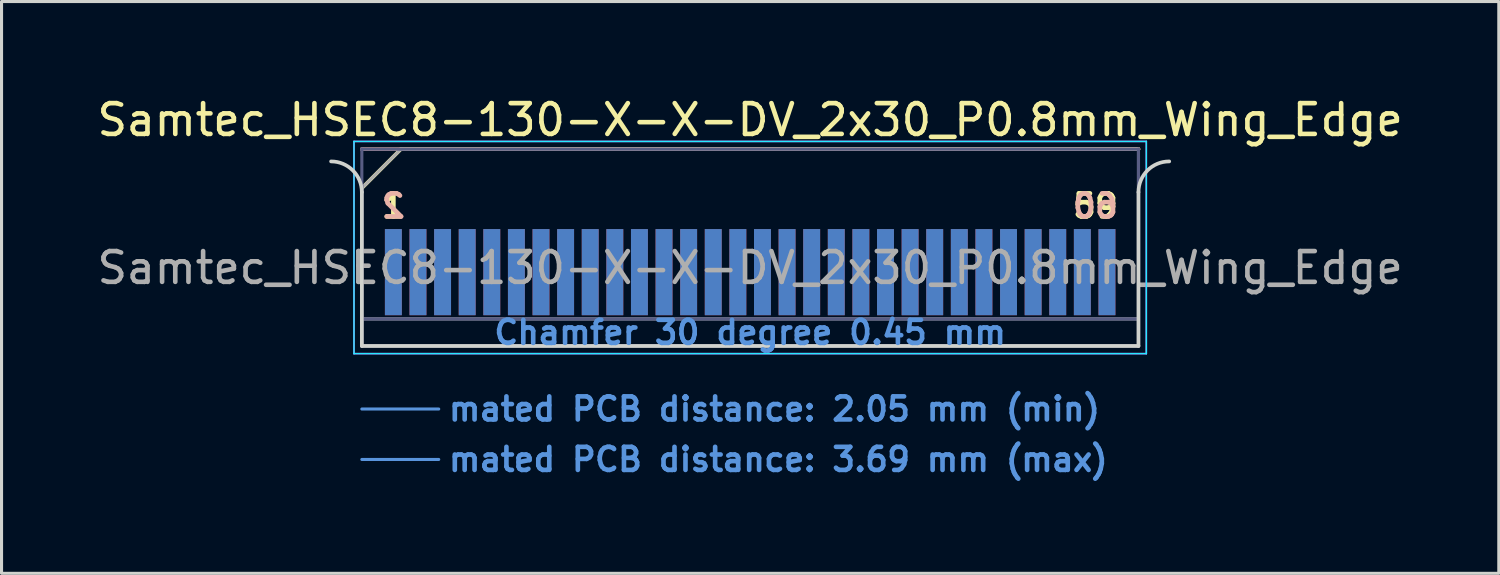
<source format=kicad_pcb>
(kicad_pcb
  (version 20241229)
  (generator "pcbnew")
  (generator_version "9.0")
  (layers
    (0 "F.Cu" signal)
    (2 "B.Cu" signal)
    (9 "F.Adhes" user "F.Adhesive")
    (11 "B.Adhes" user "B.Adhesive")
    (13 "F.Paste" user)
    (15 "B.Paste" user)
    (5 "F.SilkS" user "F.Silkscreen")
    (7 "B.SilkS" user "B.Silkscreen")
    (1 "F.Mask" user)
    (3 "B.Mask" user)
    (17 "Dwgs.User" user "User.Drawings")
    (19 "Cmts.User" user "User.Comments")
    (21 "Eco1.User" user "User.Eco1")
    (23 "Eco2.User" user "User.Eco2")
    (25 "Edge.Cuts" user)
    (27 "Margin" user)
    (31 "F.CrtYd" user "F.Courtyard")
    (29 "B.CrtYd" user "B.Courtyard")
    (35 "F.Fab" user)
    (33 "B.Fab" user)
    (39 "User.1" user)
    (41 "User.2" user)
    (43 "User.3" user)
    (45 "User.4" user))
  (footprint "Samtec_HSEC8-130-X-X-DV_2x30_P0.8mm_Wing_Edge"
    (layer "F.Cu")
    (at 21.339 8.198)
    (property "Reference" "Samtec_HSEC8-130-X-X-DV_2x30_P0.8mm_Wing_Edge" (at 0 -7.35 0) (layer "F.SilkS") (effects (font (size 1 1) (thickness 0.15))))
    (attr exclude_from_pos_files exclude_from_bom)
    (fp_line (start -12.625 -5.13) (end -11.355 -6.4) (stroke (width 0.12) (type solid)) (layer "F.SilkS"))
    (fp_line (start -11.355 -6.4) (end 12.625 -6.4) (stroke (width 0.12) (type solid)) (layer "F.SilkS"))
    (fp_line (start -12.625 -6.4) (end -12.625 -6.4) (stroke (width 0.12) (type solid)) (layer "B.SilkS"))
    (fp_line (start -12.625 -6.4) (end 12.625 -6.4) (stroke (width 0.12) (type solid)) (layer "B.SilkS"))
    (fp_line (start -12.625 2.05) (end -10.125 2.05) (stroke (width 0.1) (type solid)) (layer "Cmts.User"))
    (fp_line (start -12.625 3.69) (end -10.125 3.69) (stroke (width 0.1) (type solid)) (layer "Cmts.User"))
    (fp_line (start -12.625 -5) (end -12.625 0) (stroke (width 0.12) (type solid)) (layer "Edge.Cuts"))
    (fp_line (start -12.625 0) (end 12.625 0) (stroke (width 0.12) (type solid)) (layer "Edge.Cuts"))
    (fp_line (start 12.625 0) (end 12.625 -5) (stroke (width 0.12) (type solid)) (layer "Edge.Cuts"))
    (fp_arc (start -13.625 -6) (mid -12.917893 -5.707107) (end -12.625 -5) (stroke (width 0.12) (type solid)) (layer "Edge.Cuts"))
    (fp_arc (start 12.625 -5) (mid 12.917893 -5.707107) (end 13.625 -6) (stroke (width 0.12) (type solid)) (layer "Edge.Cuts"))
    (fp_line (start -12.88 -6.65) (end -12.88 0.25) (stroke (width 0.05) (type solid)) (layer "B.CrtYd"))
    (fp_line (start -12.88 0.25) (end 12.88 0.25) (stroke (width 0.05) (type solid)) (layer "B.CrtYd"))
    (fp_line (start 12.88 -6.65) (end -12.88 -6.65) (stroke (width 0.05) (type solid)) (layer "B.CrtYd"))
    (fp_line (start 12.88 0.25) (end 12.88 -6.65) (stroke (width 0.05) (type solid)) (layer "B.CrtYd"))
    (fp_line (start -12.88 -6.65) (end -12.88 0.25) (stroke (width 0.05) (type solid)) (layer "F.CrtYd"))
    (fp_line (start -12.88 0.25) (end 12.88 0.25) (stroke (width 0.05) (type solid)) (layer "F.CrtYd"))
    (fp_line (start 12.88 -6.65) (end -12.88 -6.65) (stroke (width 0.05) (type solid)) (layer "F.CrtYd"))
    (fp_line (start 12.88 0.25) (end 12.88 -6.65) (stroke (width 0.05) (type solid)) (layer "F.CrtYd"))
    (fp_line (start -12.625 -6.4) (end -12.625 -6.4) (stroke (width 0.1) (type solid)) (layer "B.Fab"))
    (fp_line (start -12.625 -6.4) (end -12.625 0) (stroke (width 0.1) (type solid)) (layer "B.Fab"))
    (fp_line (start -12.625 -6.4) (end 12.625 -6.4) (stroke (width 0.1) (type solid)) (layer "B.Fab"))
    (fp_line (start -12.625 -0.88) (end 12.625 -0.88) (stroke (width 0.1) (type solid)) (layer "B.Fab"))
    (fp_line (start -12.625 0) (end 12.625 0) (stroke (width 0.1) (type solid)) (layer "B.Fab"))
    (fp_line (start 12.625 -6.4) (end 12.625 0) (stroke (width 0.1) (type solid)) (layer "B.Fab"))
    (fp_line (start -12.625 -5.13) (end -12.625 0) (stroke (width 0.1) (type solid)) (layer "F.Fab"))
    (fp_line (start -12.625 -5.13) (end -11.355 -6.4) (stroke (width 0.1) (type solid)) (layer "F.Fab"))
    (fp_line (start -12.625 -0.88) (end 12.625 -0.88) (stroke (width 0.1) (type solid)) (layer "F.Fab"))
    (fp_line (start -12.625 0) (end 12.625 0) (stroke (width 0.1) (type solid)) (layer "F.Fab"))
    (fp_line (start -11.355 -6.4) (end 12.625 -6.4) (stroke (width 0.1) (type solid)) (layer "F.Fab"))
    (fp_line (start 12.625 -6.4) (end 12.625 0) (stroke (width 0.1) (type solid)) (layer "F.Fab"))
    (fp_text user "1" (at -11.6 -4.55 0) (layer "F.SilkS") (effects (font (size 0.75 0.75) (thickness 0.15))))
    (fp_text user "59" (at 11.225 -4.55 0) (layer "F.SilkS") (effects (font (size 0.75 0.75) (thickness 0.15))))
    (fp_text user "2" (at -11.6 -4.55 0) (layer "B.SilkS") (effects (font (size 0.75 0.75) (thickness 0.15)) (justify mirror)))
    (fp_text user "60" (at 11.225 -4.55 0) (layer "B.SilkS") (effects (font (size 0.75 0.75) (thickness 0.15)) (justify mirror)))
    (fp_text user "mated PCB distance: 2.05 mm (min)" (at -9.88 2.05 0) (layer "Cmts.User") (effects (font (size 0.75 0.75) (thickness 0.15)) (justify left)))
    (fp_text user "mated PCB distance: 3.69 mm (max)" (at -9.88 3.69 0) (layer "Cmts.User") (effects (font (size 0.75 0.75) (thickness 0.15)) (justify left)))
    (fp_text user "Chamfer 30 degree 0.45 mm" (at 0 -0.44 0) (layer "Cmts.User") (effects (font (size 0.75 0.75) (thickness 0.15))))
    (fp_text user "${REFERENCE}" (at 0 -2.54 0) (layer "F.Fab") (effects (font (size 1 1) (thickness 0.15))))
    (pad "1" connect rect (at -11.6 -2.4) (size 0.55 2.8) (layers "F.Cu" "F.Mask"))
    (pad "2" connect rect (at -11.6 -2.4) (size 0.55 2.8) (layers "B.Cu" "B.Mask"))
    (pad "3" connect rect (at -10.8 -2.4) (size 0.55 2.8) (layers "F.Cu" "F.Mask"))
    (pad "4" connect rect (at -10.8 -2.4) (size 0.55 2.8) (layers "B.Cu" "B.Mask"))
    (pad "5" connect rect (at -10 -2.4) (size 0.55 2.8) (layers "F.Cu" "F.Mask"))
    (pad "6" connect rect (at -10 -2.4) (size 0.55 2.8) (layers "B.Cu" "B.Mask"))
    (pad "7" connect rect (at -9.2 -2.4) (size 0.55 2.8) (layers "F.Cu" "F.Mask"))
    (pad "8" connect rect (at -9.2 -2.4) (size 0.55 2.8) (layers "B.Cu" "B.Mask"))
    (pad "9" connect rect (at -8.4 -2.4) (size 0.55 2.8) (layers "F.Cu" "F.Mask"))
    (pad "10" connect rect (at -8.4 -2.4) (size 0.55 2.8) (layers "B.Cu" "B.Mask"))
    (pad "11" connect rect (at -7.6 -2.4) (size 0.55 2.8) (layers "F.Cu" "F.Mask"))
    (pad "12" connect rect (at -7.6 -2.4) (size 0.55 2.8) (layers "B.Cu" "B.Mask"))
    (pad "13" connect rect (at -6.8 -2.4) (size 0.55 2.8) (layers "F.Cu" "F.Mask"))
    (pad "14" connect rect (at -6.8 -2.4) (size 0.55 2.8) (layers "B.Cu" "B.Mask"))
    (pad "15" connect rect (at -6 -2.4) (size 0.55 2.8) (layers "F.Cu" "F.Mask"))
    (pad "16" connect rect (at -6 -2.4) (size 0.55 2.8) (layers "B.Cu" "B.Mask"))
    (pad "17" connect rect (at -5.2 -2.4) (size 0.55 2.8) (layers "F.Cu" "F.Mask"))
    (pad "18" connect rect (at -5.2 -2.4) (size 0.55 2.8) (layers "B.Cu" "B.Mask"))
    (pad "19" connect rect (at -4.4 -2.4) (size 0.55 2.8) (layers "F.Cu" "F.Mask"))
    (pad "20" connect rect (at -4.4 -2.4) (size 0.55 2.8) (layers "B.Cu" "B.Mask"))
    (pad "21" connect rect (at -3.6 -2.4) (size 0.55 2.8) (layers "F.Cu" "F.Mask"))
    (pad "22" connect rect (at -3.6 -2.4) (size 0.55 2.8) (layers "B.Cu" "B.Mask"))
    (pad "23" connect rect (at -2.8 -2.4) (size 0.55 2.8) (layers "F.Cu" "F.Mask"))
    (pad "24" connect rect (at -2.8 -2.4) (size 0.55 2.8) (layers "B.Cu" "B.Mask"))
    (pad "25" connect rect (at -2 -2.4) (size 0.55 2.8) (layers "F.Cu" "F.Mask"))
    (pad "26" connect rect (at -2 -2.4) (size 0.55 2.8) (layers "B.Cu" "B.Mask"))
    (pad "27" connect rect (at -1.2 -2.4) (size 0.55 2.8) (layers "F.Cu" "F.Mask"))
    (pad "28" connect rect (at -1.2 -2.4) (size 0.55 2.8) (layers "B.Cu" "B.Mask"))
    (pad "29" connect rect (at -0.4 -2.4) (size 0.55 2.8) (layers "F.Cu" "F.Mask"))
    (pad "30" connect rect (at -0.4 -2.4) (size 0.55 2.8) (layers "B.Cu" "B.Mask"))
    (pad "31" connect rect (at 0.4 -2.4) (size 0.55 2.8) (layers "F.Cu" "F.Mask"))
    (pad "32" connect rect (at 0.4 -2.4) (size 0.55 2.8) (layers "B.Cu" "B.Mask"))
    (pad "33" connect rect (at 1.2 -2.4) (size 0.55 2.8) (layers "F.Cu" "F.Mask"))
    (pad "34" connect rect (at 1.2 -2.4) (size 0.55 2.8) (layers "B.Cu" "B.Mask"))
    (pad "35" connect rect (at 2 -2.4) (size 0.55 2.8) (layers "F.Cu" "F.Mask"))
    (pad "36" connect rect (at 2 -2.4) (size 0.55 2.8) (layers "B.Cu" "B.Mask"))
    (pad "37" connect rect (at 2.8 -2.4) (size 0.55 2.8) (layers "F.Cu" "F.Mask"))
    (pad "38" connect rect (at 2.8 -2.4) (size 0.55 2.8) (layers "B.Cu" "B.Mask"))
    (pad "39" connect rect (at 3.6 -2.4) (size 0.55 2.8) (layers "F.Cu" "F.Mask"))
    (pad "40" connect rect (at 3.6 -2.4) (size 0.55 2.8) (layers "B.Cu" "B.Mask"))
    (pad "41" connect rect (at 4.4 -2.4) (size 0.55 2.8) (layers "F.Cu" "F.Mask"))
    (pad "42" connect rect (at 4.4 -2.4) (size 0.55 2.8) (layers "B.Cu" "B.Mask"))
    (pad "43" connect rect (at 5.2 -2.4) (size 0.55 2.8) (layers "F.Cu" "F.Mask"))
    (pad "44" connect rect (at 5.2 -2.4) (size 0.55 2.8) (layers "B.Cu" "B.Mask"))
    (pad "45" connect rect (at 6 -2.4) (size 0.55 2.8) (layers "F.Cu" "F.Mask"))
    (pad "46" connect rect (at 6 -2.4) (size 0.55 2.8) (layers "B.Cu" "B.Mask"))
    (pad "47" connect rect (at 6.8 -2.4) (size 0.55 2.8) (layers "F.Cu" "F.Mask"))
    (pad "48" connect rect (at 6.8 -2.4) (size 0.55 2.8) (layers "B.Cu" "B.Mask"))
    (pad "49" connect rect (at 7.6 -2.4) (size 0.55 2.8) (layers "F.Cu" "F.Mask"))
    (pad "50" connect rect (at 7.6 -2.4) (size 0.55 2.8) (layers "B.Cu" "B.Mask"))
    (pad "51" connect rect (at 8.4 -2.4) (size 0.55 2.8) (layers "F.Cu" "F.Mask"))
    (pad "52" connect rect (at 8.4 -2.4) (size 0.55 2.8) (layers "B.Cu" "B.Mask"))
    (pad "53" connect rect (at 9.2 -2.4) (size 0.55 2.8) (layers "F.Cu" "F.Mask"))
    (pad "54" connect rect (at 9.2 -2.4) (size 0.55 2.8) (layers "B.Cu" "B.Mask"))
    (pad "55" connect rect (at 10 -2.4) (size 0.55 2.8) (layers "F.Cu" "F.Mask"))
    (pad "56" connect rect (at 10 -2.4) (size 0.55 2.8) (layers "B.Cu" "B.Mask"))
    (pad "57" connect rect (at 10.8 -2.4) (size 0.55 2.8) (layers "F.Cu" "F.Mask"))
    (pad "58" connect rect (at 10.8 -2.4) (size 0.55 2.8) (layers "B.Cu" "B.Mask"))
    (pad "59" connect rect (at 11.6 -2.4) (size 0.55 2.8) (layers "F.Cu" "F.Mask"))
    (pad "60" connect rect (at 11.6 -2.4) (size 0.55 2.8) (layers "B.Cu" "B.Mask")))
  (gr_rect
    (start -3 -3)
    (end 45.679 15.59)
    (stroke (width 0.1) (type default))
    (fill no)
    (layer "Edge.Cuts")))
</source>
